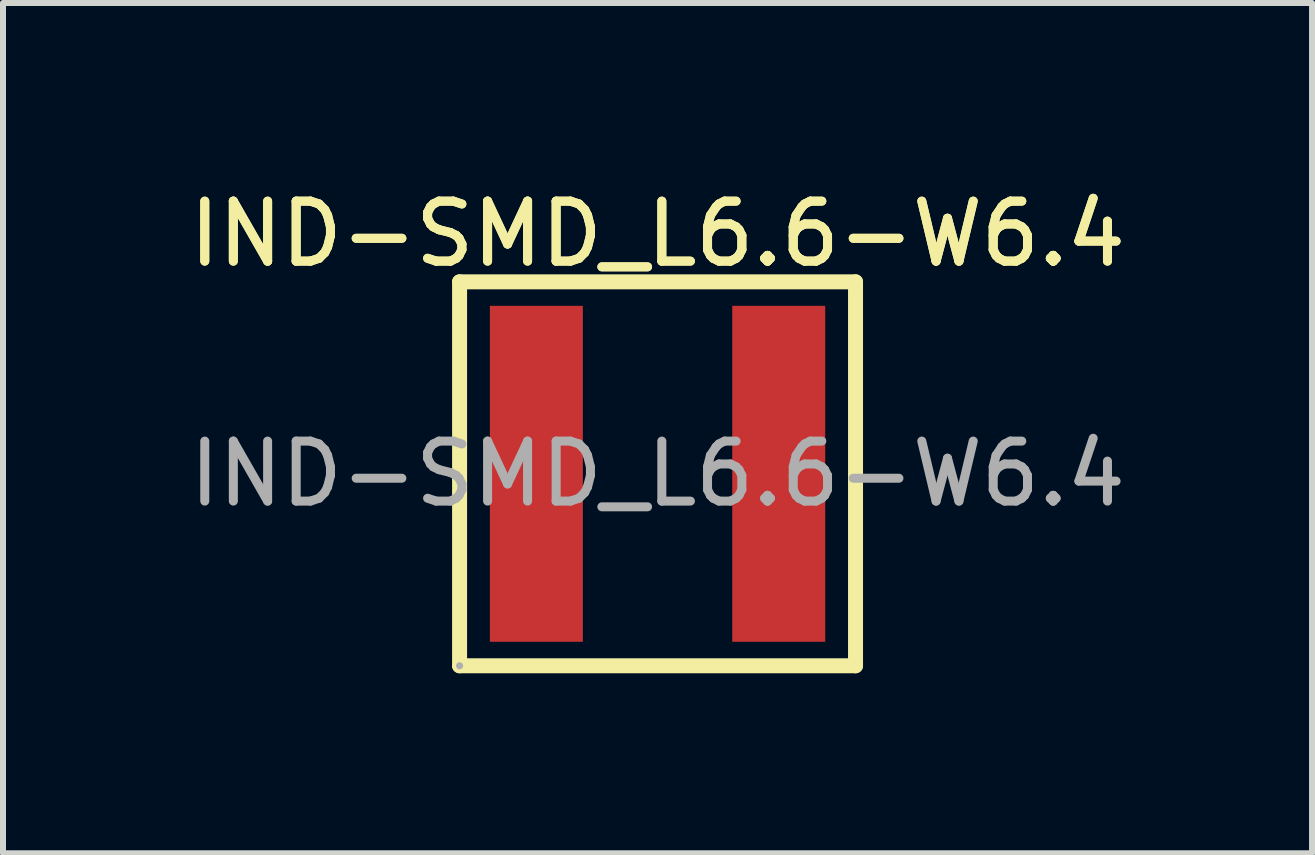
<source format=kicad_pcb>
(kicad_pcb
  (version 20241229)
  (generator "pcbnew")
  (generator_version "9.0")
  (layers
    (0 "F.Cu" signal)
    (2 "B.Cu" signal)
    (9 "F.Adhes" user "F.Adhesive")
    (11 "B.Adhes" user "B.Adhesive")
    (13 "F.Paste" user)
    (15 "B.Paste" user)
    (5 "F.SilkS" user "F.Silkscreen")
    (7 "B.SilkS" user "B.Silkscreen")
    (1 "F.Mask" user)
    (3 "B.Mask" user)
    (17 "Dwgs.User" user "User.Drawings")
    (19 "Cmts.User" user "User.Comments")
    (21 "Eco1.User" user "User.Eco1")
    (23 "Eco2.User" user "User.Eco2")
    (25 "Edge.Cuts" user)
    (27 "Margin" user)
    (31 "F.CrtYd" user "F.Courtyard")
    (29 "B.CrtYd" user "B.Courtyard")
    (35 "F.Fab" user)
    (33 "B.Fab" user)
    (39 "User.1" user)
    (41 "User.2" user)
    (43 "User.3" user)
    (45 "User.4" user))
  (footprint "IND-SMD_L6.6-W6.4"
    (layer "F.Cu")
    (at 7.911 4.848)
    (property "Reference" "IND-SMD_L6.6-W6.4" (at 0 -4 0) (layer "F.SilkS") (effects (font (size 1 1) (thickness 0.15))))
    (attr smd)
    (fp_line (start -3.3 -3.2) (end 3.3 -3.2) (stroke (width 0.25) (type solid)) (layer "F.SilkS"))
    (fp_line (start -3.3 3.2) (end -3.3 -3.2) (stroke (width 0.25) (type solid)) (layer "F.SilkS"))
    (fp_line (start 3.3 -3.2) (end 3.3 3.2) (stroke (width 0.25) (type solid)) (layer "F.SilkS"))
    (fp_line (start 3.3 3.2) (end -3.3 3.2) (stroke (width 0.25) (type solid)) (layer "F.SilkS"))
    (fp_circle (center -3.3 3.2) (end -3.27 3.2) (stroke (width 0.06) (type solid)) (fill no) (layer "F.Fab"))
    (fp_text user "${REFERENCE}" (at 0 -4 0) (layer "F.SilkS") (effects (font (size 1 1) (thickness 0.15))))
    (fp_text user "${REFERENCE}" (at 0 0 0) (layer "F.Fab") (effects (font (size 1 1) (thickness 0.15))))
    (pad "1" smd rect (at -2.02 0) (size 1.55 5.6) (layers "F.Cu" "F.Mask" "F.Paste"))
    (pad "2" smd rect (at 2.02 0) (size 1.55 5.6) (layers "F.Cu" "F.Mask" "F.Paste")))
  (gr_rect
    (start -3 -3)
    (end 18.821 11.173)
    (stroke (width 0.1) (type default))
    (fill no)
    (layer "Edge.Cuts")))
</source>
